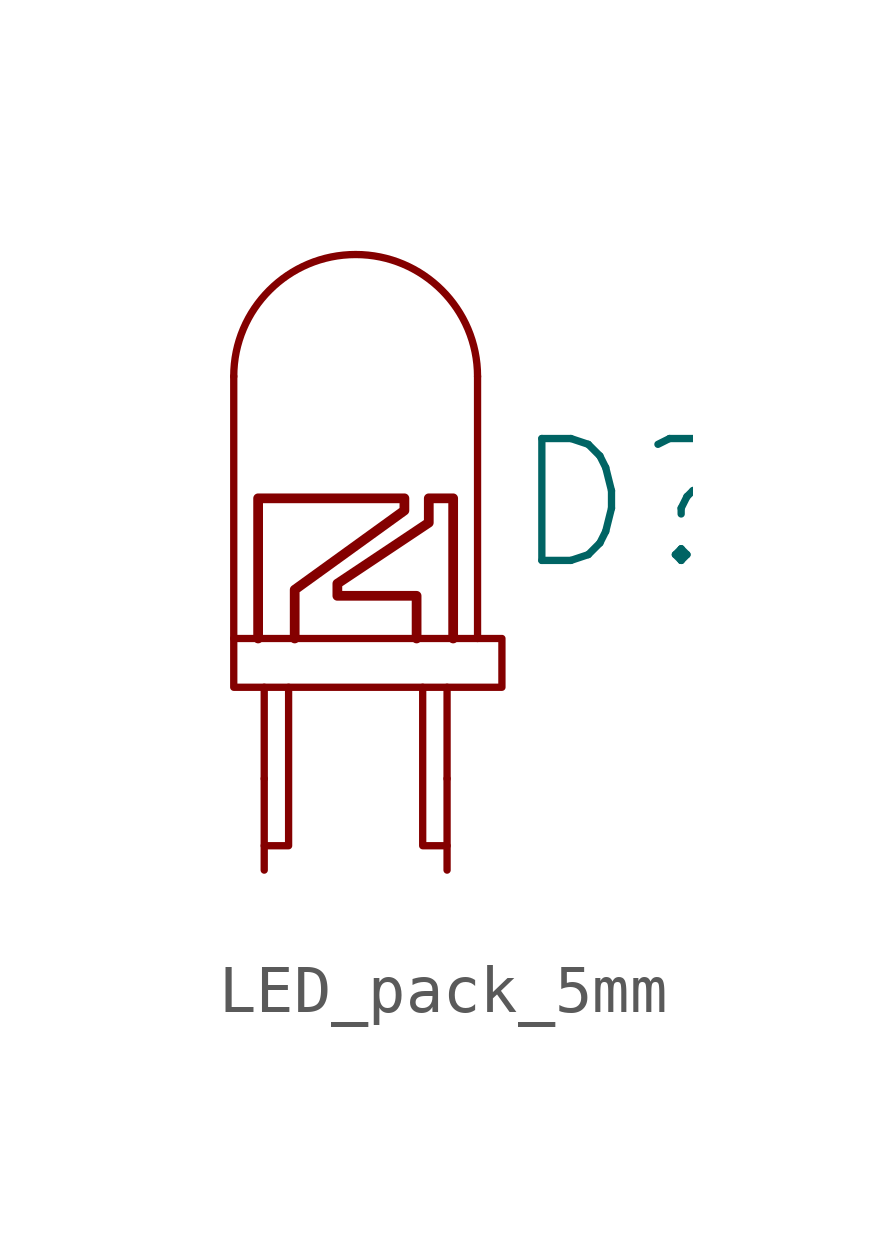
<source format=kicad_sym>
(kicad_symbol_lib
  (version 20231120)
  (generator "kicad_symbol_editor")
  (generator_version "8.0")
  (symbol "LED_pack_5mm"
    (pin_names
      (offset 1.016))
    (property "Reference" "D"
      (at 5.08 7.62 0)
      (effects (font (size 2.54 2.54)) (justify left)))
    (symbol "LED_pack_5mm_0_1"
      (polyline (pts (xy -0.635 10.287) (xy -0.635 4.826)) (stroke (width 0) (type default)) (fill (type none)))
      (polyline (pts (xy 0 1.905) (xy 0 3.81)) (stroke (width 0) (type default)) (fill (type none)))
      (polyline (pts (xy 3.81 1.905) (xy 3.81 3.81)) (stroke (width 0) (type default)) (fill (type none)))
      (polyline (pts (xy 4.445 10.287) (xy 4.445 4.826)) (stroke (width 0) (type default)) (fill (type none)))
      (polyline (pts (xy 0 0.508) (xy 0.508 0.508) (xy 0.508 3.81)) (stroke (width 0) (type default)) (fill (type none)))
      (polyline (pts (xy 3.81 0.508) (xy 3.302 0.508) (xy 3.302 3.81)) (stroke (width 0) (type default)) (fill (type none)))
      (polyline (pts (xy -0.127 4.826) (xy -0.127 7.747) (xy 2.921 7.747) (xy 2.921 7.493) (xy 0.635 5.842) (xy 0.635 4.826)) (stroke (width 0.203) (type default)) (fill (type none)))
      (polyline (pts (xy 4.445 4.826) (xy -0.635 4.826) (xy -0.635 3.81) (xy 4.953 3.81) (xy 4.953 4.826) (xy 4.445 4.826)) (stroke (width 0) (type default)) (fill (type none)))
      (polyline (pts (xy 3.937 4.826) (xy 3.937 7.747) (xy 3.429 7.747) (xy 3.429 7.239) (xy 1.524 5.969) (xy 1.524 5.715) (xy 3.175 5.715) (xy 3.175 4.826)) (stroke (width 0.203) (type default)) (fill (type none)))
      (arc (start 4.445 10.287) (mid 1.905 12.816) (end -0.635 10.287) (stroke (width 0) (type default)) (fill (type none))))
    (symbol "LED_pack_5mm_1_1"
      (pin input line (at 0 0 90) (length 1.905) (name "" (effects (font (size 1.27 1.27)))) (number "" (effects (font (size 1.143 1.143)))))
      (pin input line (at 3.81 0 90) (length 1.905) (name "" (effects (font (size 1.27 1.27)))) (number "" (effects (font (size 1.143 1.143))))))))
</source>
